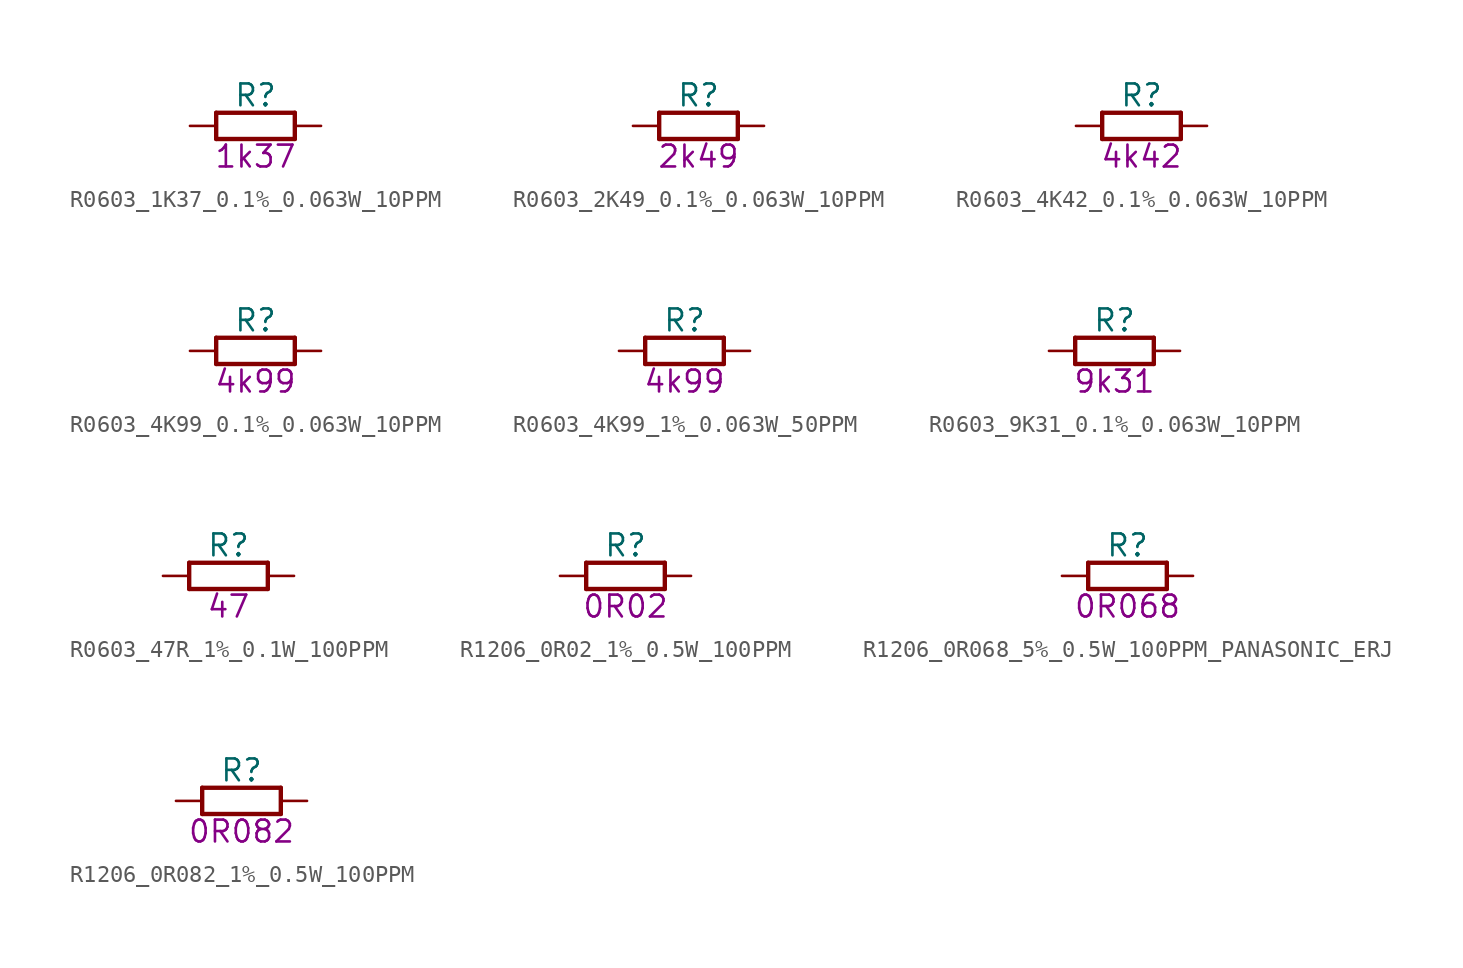
<source format=kicad_sym>
(kicad_symbol_lib
  (version 20211014)
  (generator kicad_symbol_editor)
  (symbol "R0603_1K37_0.1%_0.063W_10PPM"
    (pin_names
      (offset 1.27))
    (property "Reference" "R"
      (at 3.81 1.778 0)
      (effects (font (size 1.27 1.27))))
    (property "Val" "1k37"
      (at 3.81 -1.778 0)
      (effects (font (size 1.27 1.27))))
    (property "ki_locked" ""
      (at 0 0 0)
      (effects (font (size 1.27 1.27))))
    (symbol "R0603_1K37_0.1%_0.063W_10PPM_0_1"
      (polyline (pts (xy 1.524 -0.762) (xy 6.096 -0.762)) (stroke (width 0.254) (type default) (color 0 0 0 0)) (fill (type none)))
      (polyline (pts (xy 1.524 0.762) (xy 1.524 -0.762)) (stroke (width 0.254) (type default) (color 0 0 0 0)) (fill (type none)))
      (polyline (pts (xy 6.096 -0.762) (xy 6.096 0.762)) (stroke (width 0.254) (type default) (color 0 0 0 0)) (fill (type none)))
      (polyline (pts (xy 6.096 0.762) (xy 1.524 0.762)) (stroke (width 0.254) (type default) (color 0 0 0 0)) (fill (type none)))
      (text "0.1%" (at 3.81 0 0) (effects (font (size 0.635 0.635)) hide))
      (pin passive line (at 0 0 0) (length 1.524) (name "1" (effects (font (size 0 0)))) (number "1" (effects (font (size 0 0)))))
      (pin passive line (at 7.62 0 180) (length 1.524) (name "2" (effects (font (size 0 0)))) (number "2" (effects (font (size 0 0)))))))
  (symbol "R0603_2K49_0.1%_0.063W_10PPM"
    (pin_names
      (offset 1.27))
    (property "Reference" "R"
      (at 3.81 1.778 0)
      (effects (font (size 1.27 1.27))))
    (property "Val" "2k49"
      (at 3.81 -1.778 0)
      (effects (font (size 1.27 1.27))))
    (property "ki_locked" ""
      (at 0 0 0)
      (effects (font (size 1.27 1.27))))
    (symbol "R0603_2K49_0.1%_0.063W_10PPM_0_1"
      (polyline (pts (xy 1.524 -0.762) (xy 6.096 -0.762)) (stroke (width 0.254) (type default) (color 0 0 0 0)) (fill (type none)))
      (polyline (pts (xy 1.524 0.762) (xy 1.524 -0.762)) (stroke (width 0.254) (type default) (color 0 0 0 0)) (fill (type none)))
      (polyline (pts (xy 6.096 -0.762) (xy 6.096 0.762)) (stroke (width 0.254) (type default) (color 0 0 0 0)) (fill (type none)))
      (polyline (pts (xy 6.096 0.762) (xy 1.524 0.762)) (stroke (width 0.254) (type default) (color 0 0 0 0)) (fill (type none)))
      (text "0.1%" (at 3.81 0 0) (effects (font (size 0.635 0.635)) hide))
      (pin passive line (at 0 0 0) (length 1.524) (name "1" (effects (font (size 0 0)))) (number "1" (effects (font (size 0 0)))))
      (pin passive line (at 7.62 0 180) (length 1.524) (name "2" (effects (font (size 0 0)))) (number "2" (effects (font (size 0 0)))))))
  (symbol "R0603_4K42_0.1%_0.063W_10PPM"
    (pin_names
      (offset 1.27))
    (property "Reference" "R"
      (at 3.81 1.778 0)
      (effects (font (size 1.27 1.27))))
    (property "Val" "4k42"
      (at 3.81 -1.778 0)
      (effects (font (size 1.27 1.27))))
    (property "ki_locked" ""
      (at 0 0 0)
      (effects (font (size 1.27 1.27))))
    (symbol "R0603_4K42_0.1%_0.063W_10PPM_0_1"
      (polyline (pts (xy 1.524 -0.762) (xy 6.096 -0.762)) (stroke (width 0.254) (type default) (color 0 0 0 0)) (fill (type none)))
      (polyline (pts (xy 1.524 0.762) (xy 1.524 -0.762)) (stroke (width 0.254) (type default) (color 0 0 0 0)) (fill (type none)))
      (polyline (pts (xy 6.096 -0.762) (xy 6.096 0.762)) (stroke (width 0.254) (type default) (color 0 0 0 0)) (fill (type none)))
      (polyline (pts (xy 6.096 0.762) (xy 1.524 0.762)) (stroke (width 0.254) (type default) (color 0 0 0 0)) (fill (type none)))
      (text "0.1%" (at 3.81 0 0) (effects (font (size 0.635 0.635)) hide))
      (pin passive line (at 0 0 0) (length 1.524) (name "1" (effects (font (size 0 0)))) (number "1" (effects (font (size 0 0)))))
      (pin passive line (at 7.62 0 180) (length 1.524) (name "2" (effects (font (size 0 0)))) (number "2" (effects (font (size 0 0)))))))
  (symbol "R0603_4K99_0.1%_0.063W_10PPM"
    (pin_names
      (offset 1.27))
    (property "Reference" "R"
      (at 3.81 1.778 0)
      (effects (font (size 1.27 1.27))))
    (property "Val" "4k99"
      (at 3.81 -1.778 0)
      (effects (font (size 1.27 1.27))))
    (property "ki_locked" ""
      (at 0 0 0)
      (effects (font (size 1.27 1.27))))
    (symbol "R0603_4K99_0.1%_0.063W_10PPM_0_1"
      (polyline (pts (xy 1.524 -0.762) (xy 6.096 -0.762)) (stroke (width 0.254) (type default) (color 0 0 0 0)) (fill (type none)))
      (polyline (pts (xy 1.524 0.762) (xy 1.524 -0.762)) (stroke (width 0.254) (type default) (color 0 0 0 0)) (fill (type none)))
      (polyline (pts (xy 6.096 -0.762) (xy 6.096 0.762)) (stroke (width 0.254) (type default) (color 0 0 0 0)) (fill (type none)))
      (polyline (pts (xy 6.096 0.762) (xy 1.524 0.762)) (stroke (width 0.254) (type default) (color 0 0 0 0)) (fill (type none)))
      (text "0.1%" (at 3.81 0 0) (effects (font (size 0.635 0.635)) hide))
      (pin passive line (at 0 0 0) (length 1.524) (name "1" (effects (font (size 0 0)))) (number "1" (effects (font (size 0 0)))))
      (pin passive line (at 7.62 0 180) (length 1.524) (name "2" (effects (font (size 0 0)))) (number "2" (effects (font (size 0 0)))))))
  (symbol "R0603_4K99_1%_0.063W_50PPM"
    (pin_names
      (offset 1.27))
    (property "Reference" "R"
      (at 3.81 1.778 0)
      (effects (font (size 1.27 1.27))))
    (property "Val" "4k99"
      (at 3.81 -1.778 0)
      (effects (font (size 1.27 1.27))))
    (property "ki_locked" ""
      (at 0 0 0)
      (effects (font (size 1.27 1.27))))
    (symbol "R0603_4K99_1%_0.063W_50PPM_0_1"
      (polyline (pts (xy 1.524 -0.762) (xy 6.096 -0.762)) (stroke (width 0.254) (type default) (color 0 0 0 0)) (fill (type none)))
      (polyline (pts (xy 1.524 0.762) (xy 1.524 -0.762)) (stroke (width 0.254) (type default) (color 0 0 0 0)) (fill (type none)))
      (polyline (pts (xy 6.096 -0.762) (xy 6.096 0.762)) (stroke (width 0.254) (type default) (color 0 0 0 0)) (fill (type none)))
      (polyline (pts (xy 6.096 0.762) (xy 1.524 0.762)) (stroke (width 0.254) (type default) (color 0 0 0 0)) (fill (type none)))
      (text "1%" (at 3.81 0 0) (effects (font (size 0.635 0.635)) hide))
      (pin passive line (at 0 0 0) (length 1.524) (name "1" (effects (font (size 0 0)))) (number "1" (effects (font (size 0 0)))))
      (pin passive line (at 7.62 0 180) (length 1.524) (name "2" (effects (font (size 0 0)))) (number "2" (effects (font (size 0 0)))))))
  (symbol "R0603_9K31_0.1%_0.063W_10PPM"
    (pin_names
      (offset 1.27))
    (property "Reference" "R"
      (at 3.81 1.778 0)
      (effects (font (size 1.27 1.27))))
    (property "Val" "9k31"
      (at 3.81 -1.778 0)
      (effects (font (size 1.27 1.27))))
    (property "ki_locked" ""
      (at 0 0 0)
      (effects (font (size 1.27 1.27))))
    (symbol "R0603_9K31_0.1%_0.063W_10PPM_0_1"
      (polyline (pts (xy 1.524 -0.762) (xy 6.096 -0.762)) (stroke (width 0.254) (type default) (color 0 0 0 0)) (fill (type none)))
      (polyline (pts (xy 1.524 0.762) (xy 1.524 -0.762)) (stroke (width 0.254) (type default) (color 0 0 0 0)) (fill (type none)))
      (polyline (pts (xy 6.096 -0.762) (xy 6.096 0.762)) (stroke (width 0.254) (type default) (color 0 0 0 0)) (fill (type none)))
      (polyline (pts (xy 6.096 0.762) (xy 1.524 0.762)) (stroke (width 0.254) (type default) (color 0 0 0 0)) (fill (type none)))
      (text "0.1%" (at 3.81 0 0) (effects (font (size 0.635 0.635)) hide))
      (pin passive line (at 0 0 0) (length 1.524) (name "1" (effects (font (size 0 0)))) (number "1" (effects (font (size 0 0)))))
      (pin passive line (at 7.62 0 180) (length 1.524) (name "2" (effects (font (size 0 0)))) (number "2" (effects (font (size 0 0)))))))
  (symbol "R0603_47R_1%_0.1W_100PPM"
    (pin_names
      (offset 1.27))
    (property "Reference" "R"
      (at 3.81 1.778 0)
      (effects (font (size 1.27 1.27))))
    (property "Val" "47"
      (at 3.81 -1.778 0)
      (effects (font (size 1.27 1.27))))
    (property "ki_locked" ""
      (at 0 0 0)
      (effects (font (size 1.27 1.27))))
    (symbol "R0603_47R_1%_0.1W_100PPM_0_1"
      (polyline (pts (xy 1.524 -0.762) (xy 6.096 -0.762)) (stroke (width 0.254) (type default) (color 0 0 0 0)) (fill (type none)))
      (polyline (pts (xy 1.524 0.762) (xy 1.524 -0.762)) (stroke (width 0.254) (type default) (color 0 0 0 0)) (fill (type none)))
      (polyline (pts (xy 6.096 -0.762) (xy 6.096 0.762)) (stroke (width 0.254) (type default) (color 0 0 0 0)) (fill (type none)))
      (polyline (pts (xy 6.096 0.762) (xy 1.524 0.762)) (stroke (width 0.254) (type default) (color 0 0 0 0)) (fill (type none)))
      (text "1%" (at 3.81 0 0) (effects (font (size 0.635 0.635)) hide))
      (pin passive line (at 0 0 0) (length 1.524) (name "1" (effects (font (size 0 0)))) (number "1" (effects (font (size 0 0)))))
      (pin passive line (at 7.62 0 180) (length 1.524) (name "2" (effects (font (size 0 0)))) (number "2" (effects (font (size 0 0)))))))
  (symbol "R1206_0R02_1%_0.5W_100PPM"
    (pin_names
      (offset 1.27))
    (property "Reference" "R"
      (at 3.81 1.778 0)
      (effects (font (size 1.27 1.27))))
    (property "Val" "0R02"
      (at 3.81 -1.778 0)
      (effects (font (size 1.27 1.27))))
    (property "ki_locked" ""
      (at 0 0 0)
      (effects (font (size 1.27 1.27))))
    (symbol "R1206_0R02_1%_0.5W_100PPM_0_1"
      (polyline (pts (xy 1.524 -0.762) (xy 6.096 -0.762)) (stroke (width 0.254) (type default) (color 0 0 0 0)) (fill (type none)))
      (polyline (pts (xy 1.524 0.762) (xy 1.524 -0.762)) (stroke (width 0.254) (type default) (color 0 0 0 0)) (fill (type none)))
      (polyline (pts (xy 6.096 -0.762) (xy 6.096 0.762)) (stroke (width 0.254) (type default) (color 0 0 0 0)) (fill (type none)))
      (polyline (pts (xy 6.096 0.762) (xy 1.524 0.762)) (stroke (width 0.254) (type default) (color 0 0 0 0)) (fill (type none)))
      (text "1%" (at 3.81 0 0) (effects (font (size 0.635 0.635)) hide))
      (pin passive line (at 0 0 0) (length 1.524) (name "1" (effects (font (size 0 0)))) (number "1" (effects (font (size 0 0)))))
      (pin passive line (at 7.62 0 180) (length 1.524) (name "2" (effects (font (size 0 0)))) (number "2" (effects (font (size 0 0)))))))
  (symbol "R1206_0R068_5%_0.5W_100PPM_PANASONIC_ERJ"
    (pin_names
      (offset 1.27))
    (property "Reference" "R"
      (at 3.81 1.778 0)
      (effects (font (size 1.27 1.27))))
    (property "Val" "0R068"
      (at 3.81 -1.778 0)
      (effects (font (size 1.27 1.27))))
    (property "ki_locked" ""
      (at 0 0 0)
      (effects (font (size 1.27 1.27))))
    (symbol "R1206_0R068_5%_0.5W_100PPM_PANASONIC_ERJ_0_1"
      (polyline (pts (xy 1.524 -0.762) (xy 6.096 -0.762)) (stroke (width 0.254) (type default) (color 0 0 0 0)) (fill (type none)))
      (polyline (pts (xy 1.524 0.762) (xy 1.524 -0.762)) (stroke (width 0.254) (type default) (color 0 0 0 0)) (fill (type none)))
      (polyline (pts (xy 6.096 -0.762) (xy 6.096 0.762)) (stroke (width 0.254) (type default) (color 0 0 0 0)) (fill (type none)))
      (polyline (pts (xy 6.096 0.762) (xy 1.524 0.762)) (stroke (width 0.254) (type default) (color 0 0 0 0)) (fill (type none)))
      (text "5%" (at 3.81 0 0) (effects (font (size 0.635 0.635)) hide))
      (pin passive line (at 0 0 0) (length 1.524) (name "1" (effects (font (size 0 0)))) (number "1" (effects (font (size 0 0)))))
      (pin passive line (at 7.62 0 180) (length 1.524) (name "2" (effects (font (size 0 0)))) (number "2" (effects (font (size 0 0)))))))
  (symbol "R1206_0R082_1%_0.5W_100PPM"
    (pin_names
      (offset 1.27))
    (property "Reference" "R"
      (at 3.81 1.778 0)
      (effects (font (size 1.27 1.27))))
    (property "Val" "0R082"
      (at 3.81 -1.778 0)
      (effects (font (size 1.27 1.27))))
    (property "ki_locked" ""
      (at 0 0 0)
      (effects (font (size 1.27 1.27))))
    (symbol "R1206_0R082_1%_0.5W_100PPM_0_1"
      (polyline (pts (xy 1.524 -0.762) (xy 6.096 -0.762)) (stroke (width 0.254) (type default) (color 0 0 0 0)) (fill (type none)))
      (polyline (pts (xy 1.524 0.762) (xy 1.524 -0.762)) (stroke (width 0.254) (type default) (color 0 0 0 0)) (fill (type none)))
      (polyline (pts (xy 6.096 -0.762) (xy 6.096 0.762)) (stroke (width 0.254) (type default) (color 0 0 0 0)) (fill (type none)))
      (polyline (pts (xy 6.096 0.762) (xy 1.524 0.762)) (stroke (width 0.254) (type default) (color 0 0 0 0)) (fill (type none)))
      (text "1%" (at 3.81 0 0) (effects (font (size 0.635 0.635)) hide))
      (pin passive line (at 0 0 0) (length 1.524) (name "1" (effects (font (size 0 0)))) (number "1" (effects (font (size 0 0)))))
      (pin passive line (at 7.62 0 180) (length 1.524) (name "2" (effects (font (size 0 0)))) (number "2" (effects (font (size 0 0))))))))
</source>
